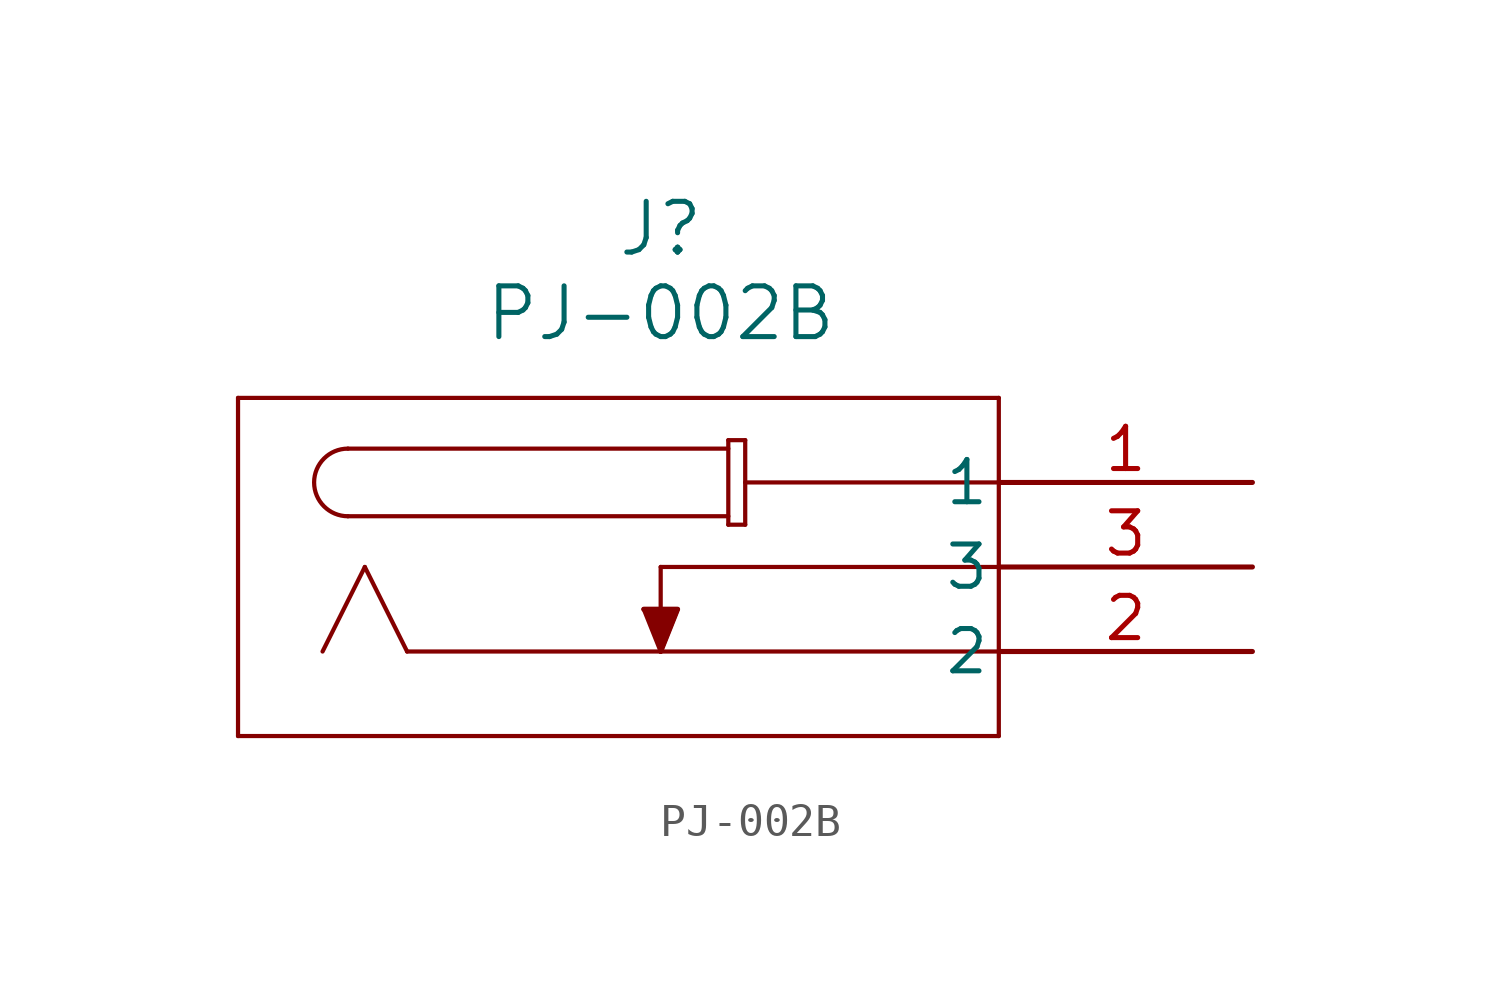
<source format=kicad_sym>
(kicad_symbol_lib
  (version 20211014)
  (generator kicad_symbol_editor)
  (symbol "PJ-002B"
    (pin_names
      (offset 0.254))
    (property "Reference" "J"
      (at -17.78 7.62 0)
      (effects (font (size 1.524 1.524))))
    (property "Value" "PJ-002B"
      (at -17.78 5.08 0)
      (effects (font (size 1.524 1.524))))
    (symbol "PJ-002B_0_1"
      (polyline (pts (xy -7.62 0) (xy -15.24 0)) (stroke (width 0.127) (type default) (color 0 0 0 0)) (fill (type none)))
      (polyline (pts (xy -30.48 2.54) (xy -30.48 -7.62)) (stroke (width 0.127) (type default) (color 0 0 0 0)) (fill (type none)))
      (polyline (pts (xy -30.48 -7.62) (xy -7.62 -7.62)) (stroke (width 0.127) (type default) (color 0 0 0 0)) (fill (type none)))
      (polyline (pts (xy -7.62 -7.62) (xy -7.62 2.54)) (stroke (width 0.127) (type default) (color 0 0 0 0)) (fill (type none)))
      (polyline (pts (xy -7.62 2.54) (xy -30.48 2.54)) (stroke (width 0.127) (type default) (color 0 0 0 0)) (fill (type none)))
      (polyline (pts (xy -7.62 -2.54) (xy -17.78 -2.54)) (stroke (width 0.127) (type default) (color 0 0 0 0)) (fill (type none)))
      (polyline (pts (xy -7.62 -5.08) (xy -25.4 -5.08)) (stroke (width 0.127) (type default) (color 0 0 0 0)) (fill (type none)))
      (polyline (pts (xy -25.4 -5.08) (xy -26.67 -2.54)) (stroke (width 0.127) (type default) (color 0 0 0 0)) (fill (type none)))
      (polyline (pts (xy -26.67 -2.54) (xy -27.94 -5.08)) (stroke (width 0.127) (type default) (color 0 0 0 0)) (fill (type none)))
      (polyline (pts (xy -17.78 -2.54) (xy -17.78 -5.08)) (stroke (width 0.127) (type default) (color 0 0 0 0)) (fill (type none)))
      (polyline (pts (xy -17.78 -5.08) (xy -17.272 -3.81)) (stroke (width 0.127) (type default) (color 0 0 0 0)) (fill (type none)))
      (polyline (pts (xy -17.272 -3.81) (xy -18.288 -3.81)) (stroke (width 0.127) (type default) (color 0 0 0 0)) (fill (type none)))
      (polyline (pts (xy -18.288 -3.81) (xy -17.78 -5.08)) (stroke (width 0.127) (type default) (color 0 0 0 0)) (fill (type none)))
      (polyline (pts (xy -15.24 1.27) (xy -15.24 -1.27)) (stroke (width 0.127) (type default) (color 0 0 0 0)) (fill (type none)))
      (polyline (pts (xy -15.748 -1.016) (xy -27.178 -1.016)) (stroke (width 0.127) (type default) (color 0 0 0 0)) (fill (type none)))
      (polyline (pts (xy -15.748 1.016) (xy -27.178 1.016)) (stroke (width 0.127) (type default) (color 0 0 0 0)) (fill (type none)))
      (arc (start -27.178 1.016) (mid -28.194 0) (end -27.178 -1.016) (stroke (width 0.127) (type default) (color 0 0 0 0)) (fill (type none)))
      (polyline (pts (xy -15.748 1.27) (xy -15.748 -1.27)) (stroke (width 0.127) (type default) (color 0 0 0 0)) (fill (type none)))
      (polyline (pts (xy -15.748 -1.27) (xy -15.24 -1.27)) (stroke (width 0.127) (type default) (color 0 0 0 0)) (fill (type none)))
      (polyline (pts (xy -15.24 1.27) (xy -15.748 1.27)) (stroke (width 0.127) (type default) (color 0 0 0 0)) (fill (type none)))
      (polyline (pts (xy -18.288 -3.81) (xy -17.272 -3.81) (xy -17.78 -5.08)) (stroke (width 0) (type default) (color 0 0 0 0)) (fill (type outline)))
      (pin unspecified line (at 0 0 180) (length 7.62) (name "1" (effects (font (size 1.27 1.27)))) (number "1" (effects (font (size 1.27 1.27)))))
      (pin unspecified line (at 0 -5.08 180) (length 7.62) (name "2" (effects (font (size 1.27 1.27)))) (number "2" (effects (font (size 1.27 1.27)))))
      (pin unspecified line (at 0 -2.54 180) (length 7.62) (name "3" (effects (font (size 1.27 1.27)))) (number "3" (effects (font (size 1.27 1.27))))))))
</source>
